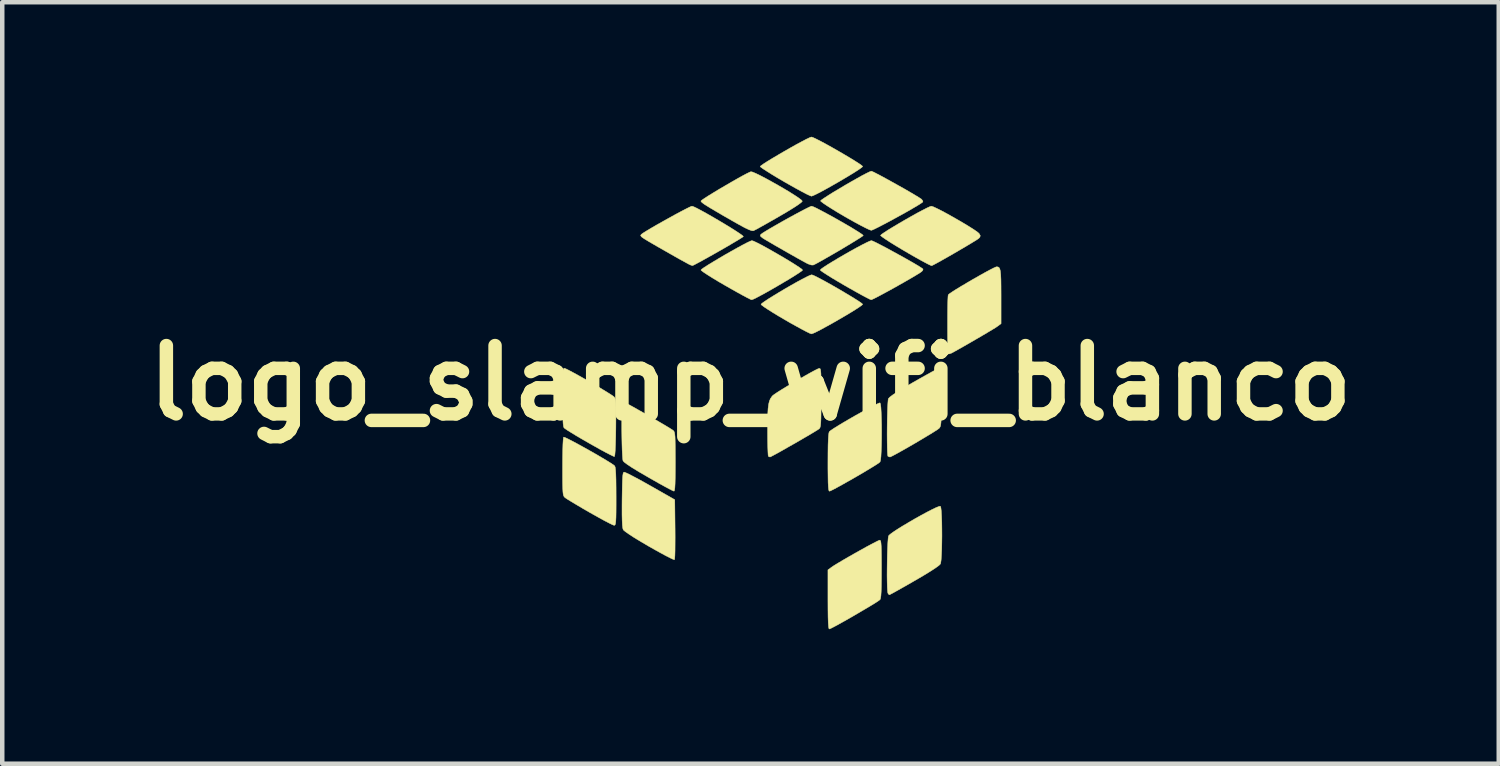
<source format=kicad_pcb>
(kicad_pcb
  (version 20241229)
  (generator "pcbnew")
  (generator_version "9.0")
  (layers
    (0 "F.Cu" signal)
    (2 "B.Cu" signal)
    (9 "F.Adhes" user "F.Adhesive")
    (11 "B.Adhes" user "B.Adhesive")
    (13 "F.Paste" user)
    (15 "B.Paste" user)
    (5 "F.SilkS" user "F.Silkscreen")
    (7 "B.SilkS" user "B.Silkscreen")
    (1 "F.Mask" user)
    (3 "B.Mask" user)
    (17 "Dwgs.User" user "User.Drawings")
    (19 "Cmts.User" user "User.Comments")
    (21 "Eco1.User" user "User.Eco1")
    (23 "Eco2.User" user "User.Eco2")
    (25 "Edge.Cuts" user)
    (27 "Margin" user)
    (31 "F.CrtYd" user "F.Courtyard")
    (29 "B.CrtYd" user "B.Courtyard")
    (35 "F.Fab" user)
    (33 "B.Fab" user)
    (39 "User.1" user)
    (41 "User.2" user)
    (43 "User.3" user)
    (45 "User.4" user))
  (footprint "logo_slamp_wifi_blanco"
    (layer "F.Cu")
    (at 13.687 5.491)
    (property "Reference" "logo_slamp_wifi_blanco" (at 0 0 0) (layer "F.SilkS") (effects (font (size 1.524 1.524) (thickness 0.3))))
    (attr through_hole)
    (fp_poly (pts (xy -2.788 1.998) (xy -2.718 2.03) (xy -2.618 2.082) (xy -2.493 2.148) (xy -2.35 2.227) (xy -2.235 2.292) (xy -1.689 2.603) (xy -1.682 3.262) (xy -1.681 3.44) (xy -1.682 3.602) (xy -1.683 3.74) (xy -1.686 3.847) (xy -1.691 3.916) (xy -1.695 3.94) (xy -1.722 3.934) (xy -1.786 3.904) (xy -1.881 3.856) (xy -2.002 3.791) (xy -2.142 3.713) (xy -2.261 3.646) (xy -2.439 3.541) (xy -2.59 3.45) (xy -2.708 3.373) (xy -2.791 3.315) (xy -2.834 3.278) (xy -2.838 3.272) (xy -2.849 3.236) (xy -2.857 3.17) (xy -2.862 3.07) (xy -2.865 2.931) (xy -2.865 2.749) (xy -2.864 2.604) (xy -2.861 2.409) (xy -2.858 2.26) (xy -2.854 2.149) (xy -2.849 2.073) (xy -2.842 2.024) (xy -2.833 1.998) (xy -2.821 1.988) (xy -2.819 1.988) (xy -2.788 1.998)) (stroke (width 0.01) (type solid)) (fill yes) (layer "F.SilkS"))
    (fp_poly (pts (xy 2.894 3.511) (xy 2.904 3.531) (xy 2.91 3.571) (xy 2.915 3.637) (xy 2.918 3.734) (xy 2.92 3.868) (xy 2.921 4.045) (xy 2.921 4.148) (xy 2.92 4.364) (xy 2.918 4.533) (xy 2.914 4.66) (xy 2.908 4.749) (xy 2.899 4.805) (xy 2.889 4.831) (xy 2.859 4.854) (xy 2.793 4.898) (xy 2.697 4.957) (xy 2.58 5.027) (xy 2.449 5.104) (xy 2.311 5.185) (xy 2.174 5.264) (xy 2.044 5.337) (xy 1.931 5.4) (xy 1.84 5.448) (xy 1.779 5.479) (xy 1.757 5.486) (xy 1.747 5.472) (xy 1.74 5.425) (xy 1.734 5.343) (xy 1.73 5.222) (xy 1.728 5.058) (xy 1.727 4.847) (xy 1.727 4.827) (xy 1.727 4.168) (xy 1.81 4.107) (xy 1.865 4.07) (xy 1.952 4.017) (xy 2.063 3.951) (xy 2.189 3.878) (xy 2.324 3.801) (xy 2.46 3.725) (xy 2.589 3.653) (xy 2.704 3.592) (xy 2.796 3.544) (xy 2.859 3.513) (xy 2.882 3.505) (xy 2.894 3.511)) (stroke (width 0.01) (type solid)) (fill yes) (layer "F.SilkS"))
    (fp_poly (pts (xy 5.519 -2.588) (xy 5.542 -2.575) (xy 5.559 -2.546) (xy 5.572 -2.496) (xy 5.58 -2.419) (xy 5.585 -2.31) (xy 5.587 -2.162) (xy 5.588 -1.97) (xy 5.588 -1.927) (xy 5.588 -1.323) (xy 5.505 -1.262) (xy 5.464 -1.234) (xy 5.386 -1.187) (xy 5.281 -1.124) (xy 5.156 -1.05) (xy 5.02 -0.971) (xy 4.882 -0.891) (xy 4.748 -0.814) (xy 4.629 -0.747) (xy 4.531 -0.692) (xy 4.48 -0.665) (xy 4.433 -0.649) (xy 4.41 -0.653) (xy 4.406 -0.682) (xy 4.402 -0.754) (xy 4.399 -0.859) (xy 4.396 -0.991) (xy 4.395 -1.139) (xy 4.395 -1.297) (xy 4.395 -1.456) (xy 4.396 -1.607) (xy 4.398 -1.741) (xy 4.401 -1.852) (xy 4.405 -1.93) (xy 4.41 -1.966) (xy 4.435 -1.989) (xy 4.498 -2.032) (xy 4.59 -2.091) (xy 4.704 -2.16) (xy 4.832 -2.236) (xy 4.967 -2.315) (xy 5.101 -2.391) (xy 5.226 -2.461) (xy 5.335 -2.52) (xy 5.421 -2.564) (xy 5.475 -2.588) (xy 5.488 -2.591) (xy 5.519 -2.588)) (stroke (width 0.01) (type solid)) (fill yes) (layer "F.SilkS"))
    (fp_poly (pts (xy 0.07 -3.163) (xy 0.142 -3.129) (xy 0.242 -3.078) (xy 0.361 -3.013) (xy 0.492 -2.939) (xy 0.629 -2.86) (xy 0.764 -2.781) (xy 0.89 -2.705) (xy 1 -2.636) (xy 1.087 -2.579) (xy 1.144 -2.538) (xy 1.162 -2.517) (xy 1.139 -2.496) (xy 1.079 -2.454) (xy 0.989 -2.396) (xy 0.876 -2.326) (xy 0.747 -2.249) (xy 0.611 -2.169) (xy 0.473 -2.089) (xy 0.342 -2.015) (xy 0.224 -1.951) (xy 0.128 -1.9) (xy 0.059 -1.867) (xy 0.026 -1.856) (xy -0.006 -1.868) (xy -0.075 -1.903) (xy -0.176 -1.957) (xy -0.3 -2.025) (xy -0.443 -2.106) (xy -0.559 -2.172) (xy -0.709 -2.259) (xy -0.843 -2.34) (xy -0.956 -2.411) (xy -1.041 -2.467) (xy -1.092 -2.505) (xy -1.105 -2.519) (xy -1.084 -2.541) (xy -1.025 -2.582) (xy -0.936 -2.639) (xy -0.824 -2.707) (xy -0.697 -2.783) (xy -0.561 -2.863) (xy -0.423 -2.941) (xy -0.291 -3.015) (xy -0.173 -3.079) (xy -0.075 -3.13) (xy -0.004 -3.163) (xy 0.031 -3.175) (xy 0.07 -3.163)) (stroke (width 0.01) (type solid)) (fill yes) (layer "F.SilkS"))
    (fp_poly (pts (xy 1.402 -2.401) (xy 1.473 -2.367) (xy 1.572 -2.315) (xy 1.691 -2.251) (xy 1.822 -2.177) (xy 1.96 -2.098) (xy 2.096 -2.018) (xy 2.223 -1.942) (xy 2.335 -1.873) (xy 2.423 -1.817) (xy 2.481 -1.776) (xy 2.502 -1.755) (xy 2.481 -1.733) (xy 2.422 -1.691) (xy 2.333 -1.633) (xy 2.221 -1.564) (xy 2.093 -1.488) (xy 1.956 -1.408) (xy 1.818 -1.329) (xy 1.686 -1.256) (xy 1.567 -1.191) (xy 1.468 -1.14) (xy 1.396 -1.107) (xy 1.359 -1.095) (xy 1.323 -1.108) (xy 1.251 -1.143) (xy 1.148 -1.197) (xy 1.022 -1.266) (xy 0.878 -1.346) (xy 0.775 -1.406) (xy 0.626 -1.493) (xy 0.493 -1.574) (xy 0.381 -1.645) (xy 0.297 -1.701) (xy 0.247 -1.739) (xy 0.235 -1.753) (xy 0.254 -1.775) (xy 0.311 -1.816) (xy 0.398 -1.874) (xy 0.509 -1.943) (xy 0.635 -2.02) (xy 0.77 -2.1) (xy 0.907 -2.179) (xy 1.038 -2.253) (xy 1.157 -2.317) (xy 1.256 -2.368) (xy 1.328 -2.402) (xy 1.365 -2.413) (xy 1.402 -2.401)) (stroke (width 0.01) (type solid)) (fill yes) (layer "F.SilkS"))
    (fp_poly (pts (xy 0.047 -4.704) (xy 0.12 -4.673) (xy 0.221 -4.624) (xy 0.341 -4.561) (xy 0.474 -4.488) (xy 0.613 -4.41) (xy 0.751 -4.33) (xy 0.879 -4.253) (xy 0.991 -4.182) (xy 1.079 -4.123) (xy 1.136 -4.079) (xy 1.156 -4.055) (xy 1.133 -4.028) (xy 1.067 -3.978) (xy 0.959 -3.907) (xy 0.811 -3.816) (xy 0.635 -3.713) (xy 0.485 -3.627) (xy 0.348 -3.549) (xy 0.23 -3.483) (xy 0.138 -3.432) (xy 0.079 -3.402) (xy 0.062 -3.394) (xy 0.027 -3.397) (xy -0.035 -3.419) (xy -0.128 -3.463) (xy -0.255 -3.532) (xy -0.395 -3.611) (xy -0.594 -3.725) (xy -0.753 -3.818) (xy -0.877 -3.891) (xy -0.968 -3.947) (xy -1.033 -3.988) (xy -1.074 -4.019) (xy -1.097 -4.04) (xy -1.105 -4.055) (xy -1.105 -4.058) (xy -1.084 -4.078) (xy -1.026 -4.118) (xy -0.938 -4.175) (xy -0.827 -4.243) (xy -0.7 -4.32) (xy -0.565 -4.399) (xy -0.429 -4.478) (xy -0.3 -4.552) (xy -0.183 -4.617) (xy -0.087 -4.668) (xy -0.019 -4.701) (xy 0.009 -4.712) (xy 0.047 -4.704)) (stroke (width 0.01) (type solid)) (fill yes) (layer "F.SilkS"))
    (fp_poly (pts (xy 1.396 -5.474) (xy 1.468 -5.44) (xy 1.568 -5.389) (xy 1.687 -5.325) (xy 1.82 -5.251) (xy 1.958 -5.172) (xy 2.094 -5.093) (xy 2.222 -5.017) (xy 2.334 -4.948) (xy 2.423 -4.891) (xy 2.481 -4.85) (xy 2.502 -4.829) (xy 2.481 -4.807) (xy 2.422 -4.765) (xy 2.333 -4.707) (xy 2.221 -4.638) (xy 2.093 -4.561) (xy 1.957 -4.481) (xy 1.819 -4.402) (xy 1.687 -4.328) (xy 1.567 -4.263) (xy 1.468 -4.212) (xy 1.396 -4.178) (xy 1.359 -4.166) (xy 1.324 -4.179) (xy 1.251 -4.213) (xy 1.148 -4.267) (xy 1.021 -4.336) (xy 0.877 -4.417) (xy 0.762 -4.482) (xy 0.612 -4.57) (xy 0.478 -4.651) (xy 0.365 -4.722) (xy 0.28 -4.777) (xy 0.229 -4.814) (xy 0.216 -4.828) (xy 0.237 -4.849) (xy 0.296 -4.89) (xy 0.385 -4.947) (xy 0.497 -5.015) (xy 0.625 -5.091) (xy 0.761 -5.17) (xy 0.899 -5.249) (xy 1.031 -5.323) (xy 1.151 -5.387) (xy 1.25 -5.439) (xy 1.322 -5.473) (xy 1.359 -5.486) (xy 1.359 -5.486) (xy 1.396 -5.474)) (stroke (width 0.01) (type solid)) (fill yes) (layer "F.SilkS"))
    (fp_poly (pts (xy 2.899 0.471) (xy 2.908 0.542) (xy 2.914 0.647) (xy 2.919 0.778) (xy 2.923 0.927) (xy 2.924 1.085) (xy 2.923 1.243) (xy 2.92 1.395) (xy 2.915 1.53) (xy 2.909 1.642) (xy 2.9 1.722) (xy 2.889 1.76) (xy 2.859 1.785) (xy 2.792 1.829) (xy 2.697 1.888) (xy 2.579 1.959) (xy 2.448 2.037) (xy 2.31 2.117) (xy 2.172 2.195) (xy 2.043 2.268) (xy 1.93 2.33) (xy 1.84 2.378) (xy 1.78 2.407) (xy 1.76 2.413) (xy 1.75 2.403) (xy 1.742 2.371) (xy 1.736 2.311) (xy 1.731 2.219) (xy 1.729 2.089) (xy 1.727 1.917) (xy 1.727 1.77) (xy 1.728 1.554) (xy 1.73 1.384) (xy 1.735 1.256) (xy 1.741 1.166) (xy 1.749 1.11) (xy 1.759 1.084) (xy 1.791 1.058) (xy 1.859 1.012) (xy 1.956 0.952) (xy 2.073 0.881) (xy 2.205 0.804) (xy 2.342 0.725) (xy 2.479 0.649) (xy 2.607 0.579) (xy 2.719 0.519) (xy 2.809 0.474) (xy 2.868 0.448) (xy 2.888 0.443) (xy 2.899 0.471)) (stroke (width 0.01) (type solid)) (fill yes) (layer "F.SilkS"))
    (fp_poly (pts (xy 2.726 -4.712) (xy 2.794 -4.678) (xy 2.891 -4.628) (xy 3.009 -4.564) (xy 3.141 -4.491) (xy 3.279 -4.414) (xy 3.417 -4.337) (xy 3.545 -4.263) (xy 3.657 -4.197) (xy 3.746 -4.143) (xy 3.803 -4.106) (xy 3.817 -4.095) (xy 3.844 -4.057) (xy 3.842 -4.036) (xy 3.804 -4.008) (xy 3.73 -3.961) (xy 3.628 -3.901) (xy 3.506 -3.83) (xy 3.37 -3.754) (xy 3.229 -3.677) (xy 3.09 -3.601) (xy 2.961 -3.533) (xy 2.849 -3.475) (xy 2.762 -3.432) (xy 2.707 -3.408) (xy 2.693 -3.405) (xy 2.654 -3.417) (xy 2.578 -3.453) (xy 2.472 -3.507) (xy 2.343 -3.576) (xy 2.198 -3.657) (xy 2.095 -3.716) (xy 1.947 -3.803) (xy 1.815 -3.884) (xy 1.704 -3.955) (xy 1.622 -4.01) (xy 1.573 -4.048) (xy 1.562 -4.061) (xy 1.583 -4.082) (xy 1.642 -4.123) (xy 1.73 -4.18) (xy 1.841 -4.25) (xy 1.969 -4.326) (xy 2.104 -4.407) (xy 2.241 -4.486) (xy 2.372 -4.56) (xy 2.49 -4.626) (xy 2.588 -4.677) (xy 2.659 -4.711) (xy 2.694 -4.724) (xy 2.726 -4.712)) (stroke (width 0.01) (type solid)) (fill yes) (layer "F.SilkS"))
    (fp_poly (pts (xy 4.246 2.782) (xy 4.255 2.858) (xy 4.261 2.967) (xy 4.266 3.101) (xy 4.268 3.252) (xy 4.269 3.41) (xy 4.267 3.568) (xy 4.264 3.716) (xy 4.258 3.846) (xy 4.251 3.949) (xy 4.241 4.017) (xy 4.235 4.036) (xy 4.201 4.07) (xy 4.124 4.126) (xy 4.007 4.202) (xy 3.852 4.297) (xy 3.662 4.408) (xy 3.658 4.41) (xy 3.507 4.497) (xy 3.371 4.574) (xy 3.255 4.639) (xy 3.167 4.688) (xy 3.112 4.717) (xy 3.095 4.724) (xy 3.073 4.704) (xy 3.063 4.684) (xy 3.056 4.639) (xy 3.051 4.553) (xy 3.048 4.435) (xy 3.046 4.294) (xy 3.047 4.139) (xy 3.049 3.979) (xy 3.052 3.822) (xy 3.057 3.679) (xy 3.063 3.557) (xy 3.07 3.465) (xy 3.078 3.414) (xy 3.08 3.408) (xy 3.112 3.376) (xy 3.179 3.327) (xy 3.275 3.263) (xy 3.392 3.19) (xy 3.523 3.112) (xy 3.662 3.031) (xy 3.8 2.954) (xy 3.931 2.883) (xy 4.047 2.823) (xy 4.141 2.778) (xy 4.207 2.752) (xy 4.235 2.749) (xy 4.246 2.782)) (stroke (width 0.01) (type solid)) (fill yes) (layer "F.SilkS"))
    (fp_poly (pts (xy 2.731 -3.163) (xy 2.801 -3.13) (xy 2.9 -3.079) (xy 3.021 -3.016) (xy 3.155 -2.943) (xy 3.295 -2.866) (xy 3.435 -2.789) (xy 3.565 -2.715) (xy 3.679 -2.649) (xy 3.769 -2.595) (xy 3.828 -2.556) (xy 3.848 -2.54) (xy 3.841 -2.511) (xy 3.816 -2.484) (xy 3.776 -2.456) (xy 3.701 -2.41) (xy 3.599 -2.349) (xy 3.478 -2.279) (xy 3.344 -2.203) (xy 3.206 -2.125) (xy 3.07 -2.05) (xy 2.944 -1.982) (xy 2.836 -1.924) (xy 2.753 -1.882) (xy 2.702 -1.859) (xy 2.692 -1.856) (xy 2.66 -1.868) (xy 2.591 -1.903) (xy 2.491 -1.956) (xy 2.366 -2.025) (xy 2.224 -2.105) (xy 2.108 -2.171) (xy 1.958 -2.259) (xy 1.822 -2.34) (xy 1.709 -2.411) (xy 1.622 -2.467) (xy 1.569 -2.505) (xy 1.556 -2.519) (xy 1.575 -2.541) (xy 1.632 -2.582) (xy 1.719 -2.639) (xy 1.83 -2.707) (xy 1.957 -2.783) (xy 2.093 -2.862) (xy 2.231 -2.941) (xy 2.363 -3.014) (xy 2.483 -3.078) (xy 2.584 -3.129) (xy 2.657 -3.163) (xy 2.697 -3.175) (xy 2.697 -3.175) (xy 2.731 -3.163)) (stroke (width 0.01) (type solid)) (fill yes) (layer "F.SilkS"))
    (fp_poly (pts (xy 4.075 -3.93) (xy 4.151 -3.895) (xy 4.255 -3.843) (xy 4.378 -3.777) (xy 4.512 -3.702) (xy 4.648 -3.624) (xy 4.781 -3.546) (xy 4.9 -3.473) (xy 4.998 -3.41) (xy 5.067 -3.361) (xy 5.099 -3.332) (xy 5.124 -3.286) (xy 5.115 -3.252) (xy 5.09 -3.225) (xy 5.058 -3.202) (xy 4.991 -3.16) (xy 4.896 -3.102) (xy 4.78 -3.033) (xy 4.652 -2.958) (xy 4.52 -2.881) (xy 4.389 -2.806) (xy 4.269 -2.738) (xy 4.167 -2.681) (xy 4.09 -2.64) (xy 4.047 -2.618) (xy 4.04 -2.616) (xy 4.01 -2.627) (xy 3.956 -2.653) (xy 3.95 -2.656) (xy 3.818 -2.726) (xy 3.675 -2.806) (xy 3.528 -2.89) (xy 3.382 -2.976) (xy 3.244 -3.059) (xy 3.121 -3.135) (xy 3.019 -3.201) (xy 2.945 -3.252) (xy 2.905 -3.284) (xy 2.901 -3.292) (xy 2.924 -3.315) (xy 2.986 -3.358) (xy 3.077 -3.417) (xy 3.191 -3.486) (xy 3.32 -3.563) (xy 3.458 -3.643) (xy 3.595 -3.721) (xy 3.726 -3.794) (xy 3.843 -3.856) (xy 3.939 -3.905) (xy 4.006 -3.935) (xy 4.033 -3.943) (xy 4.075 -3.93)) (stroke (width 0.01) (type solid)) (fill yes) (layer "F.SilkS"))
    (fp_poly (pts (xy -4.121 -0.318) (xy -4.051 -0.283) (xy -3.953 -0.231) (xy -3.834 -0.166) (xy -3.701 -0.091) (xy -3.564 -0.012) (xy -3.428 0.067) (xy -3.301 0.143) (xy -3.191 0.21) (xy -3.106 0.264) (xy -3.053 0.301) (xy -3.041 0.311) (xy -3.027 0.331) (xy -3.017 0.359) (xy -3.009 0.401) (xy -3.004 0.463) (xy -3.001 0.552) (xy -3.001 0.675) (xy -3.002 0.837) (xy -3.003 0.998) (xy -3.006 1.205) (xy -3.011 1.376) (xy -3.017 1.508) (xy -3.024 1.596) (xy -3.033 1.638) (xy -3.035 1.641) (xy -3.064 1.631) (xy -3.129 1.599) (xy -3.227 1.549) (xy -3.349 1.483) (xy -3.489 1.404) (xy -3.594 1.345) (xy -3.745 1.258) (xy -3.882 1.178) (xy -3.998 1.107) (xy -4.088 1.051) (xy -4.144 1.012) (xy -4.159 0.999) (xy -4.17 0.969) (xy -4.178 0.91) (xy -4.184 0.816) (xy -4.188 0.684) (xy -4.19 0.51) (xy -4.191 0.313) (xy -4.191 0.112) (xy -4.189 -0.044) (xy -4.187 -0.159) (xy -4.182 -0.24) (xy -4.176 -0.292) (xy -4.168 -0.32) (xy -4.157 -0.33) (xy -4.155 -0.33) (xy -4.121 -0.318)) (stroke (width 0.01) (type solid)) (fill yes) (layer "F.SilkS"))
    (fp_poly (pts (xy -2.787 0.444) (xy -2.722 0.478) (xy -2.628 0.529) (xy -2.513 0.594) (xy -2.384 0.667) (xy -2.249 0.744) (xy -2.115 0.822) (xy -1.989 0.896) (xy -1.879 0.961) (xy -1.792 1.014) (xy -1.736 1.05) (xy -1.721 1.061) (xy -1.707 1.077) (xy -1.697 1.102) (xy -1.689 1.142) (xy -1.683 1.204) (xy -1.68 1.292) (xy -1.678 1.414) (xy -1.677 1.575) (xy -1.676 1.757) (xy -1.677 1.966) (xy -1.679 2.128) (xy -1.682 2.25) (xy -1.687 2.334) (xy -1.694 2.386) (xy -1.702 2.409) (xy -1.708 2.412) (xy -1.738 2.4) (xy -1.806 2.365) (xy -1.904 2.313) (xy -2.028 2.245) (xy -2.169 2.165) (xy -2.277 2.103) (xy -2.479 1.986) (xy -2.635 1.891) (xy -2.747 1.817) (xy -2.817 1.764) (xy -2.843 1.735) (xy -2.85 1.693) (xy -2.856 1.611) (xy -2.862 1.495) (xy -2.866 1.356) (xy -2.869 1.202) (xy -2.871 1.042) (xy -2.871 0.886) (xy -2.87 0.742) (xy -2.867 0.62) (xy -2.862 0.529) (xy -2.856 0.477) (xy -2.855 0.472) (xy -2.829 0.437) (xy -2.815 0.432) (xy -2.787 0.444)) (stroke (width 0.01) (type solid)) (fill yes) (layer "F.SilkS"))
    (fp_poly (pts (xy 1.399 -3.931) (xy 1.471 -3.898) (xy 1.569 -3.847) (xy 1.689 -3.783) (xy 1.822 -3.711) (xy 1.96 -3.633) (xy 2.098 -3.554) (xy 2.227 -3.479) (xy 2.34 -3.41) (xy 2.431 -3.353) (xy 2.491 -3.312) (xy 2.515 -3.29) (xy 2.515 -3.29) (xy 2.494 -3.272) (xy 2.436 -3.233) (xy 2.348 -3.178) (xy 2.237 -3.11) (xy 2.111 -3.034) (xy 1.977 -2.954) (xy 1.841 -2.875) (xy 1.71 -2.8) (xy 1.593 -2.733) (xy 1.496 -2.679) (xy 1.427 -2.643) (xy 1.397 -2.63) (xy 1.353 -2.632) (xy 1.286 -2.655) (xy 1.257 -2.669) (xy 1.178 -2.712) (xy 1.071 -2.771) (xy 0.946 -2.842) (xy 0.811 -2.918) (xy 0.674 -2.997) (xy 0.544 -3.071) (xy 0.43 -3.138) (xy 0.339 -3.191) (xy 0.282 -3.226) (xy 0.271 -3.233) (xy 0.225 -3.271) (xy 0.219 -3.297) (xy 0.233 -3.315) (xy 0.272 -3.344) (xy 0.347 -3.391) (xy 0.449 -3.452) (xy 0.571 -3.522) (xy 0.706 -3.599) (xy 0.846 -3.677) (xy 0.983 -3.752) (xy 1.11 -3.82) (xy 1.219 -3.877) (xy 1.303 -3.919) (xy 1.353 -3.941) (xy 1.363 -3.943) (xy 1.399 -3.931)) (stroke (width 0.01) (type solid)) (fill yes) (layer "F.SilkS"))
    (fp_poly (pts (xy 4.228 -0.324) (xy 4.242 -0.303) (xy 4.253 -0.262) (xy 4.26 -0.195) (xy 4.264 -0.097) (xy 4.265 0.037) (xy 4.264 0.213) (xy 4.262 0.375) (xy 4.259 0.564) (xy 4.256 0.708) (xy 4.253 0.815) (xy 4.247 0.891) (xy 4.24 0.943) (xy 4.23 0.977) (xy 4.216 1) (xy 4.204 1.013) (xy 4.168 1.04) (xy 4.097 1.085) (xy 3.999 1.146) (xy 3.881 1.217) (xy 3.75 1.295) (xy 3.614 1.375) (xy 3.48 1.452) (xy 3.356 1.522) (xy 3.25 1.581) (xy 3.169 1.624) (xy 3.119 1.648) (xy 3.109 1.651) (xy 3.069 1.637) (xy 3.065 1.634) (xy 3.058 1.603) (xy 3.053 1.529) (xy 3.05 1.422) (xy 3.048 1.289) (xy 3.047 1.14) (xy 3.048 0.982) (xy 3.05 0.825) (xy 3.054 0.678) (xy 3.058 0.547) (xy 3.064 0.443) (xy 3.07 0.373) (xy 3.075 0.349) (xy 3.109 0.313) (xy 3.186 0.256) (xy 3.308 0.177) (xy 3.474 0.076) (xy 3.641 -0.021) (xy 3.792 -0.107) (xy 3.929 -0.183) (xy 4.045 -0.248) (xy 4.136 -0.295) (xy 4.193 -0.324) (xy 4.21 -0.33) (xy 4.228 -0.324)) (stroke (width 0.01) (type solid)) (fill yes) (layer "F.SilkS"))
    (fp_poly (pts (xy -4.139 1.215) (xy -4.075 1.245) (xy -3.981 1.293) (xy -3.866 1.354) (xy -3.737 1.425) (xy -3.599 1.502) (xy -3.462 1.58) (xy -3.332 1.656) (xy -3.216 1.725) (xy -3.122 1.783) (xy -3.057 1.826) (xy -3.029 1.849) (xy -3.018 1.877) (xy -3.01 1.935) (xy -3.004 2.027) (xy -3 2.156) (xy -2.998 2.329) (xy -2.997 2.532) (xy -2.997 2.73) (xy -2.998 2.882) (xy -3 2.996) (xy -3.004 3.075) (xy -3.009 3.127) (xy -3.017 3.157) (xy -3.027 3.171) (xy -3.041 3.174) (xy -3.042 3.174) (xy -3.076 3.162) (xy -3.147 3.127) (xy -3.248 3.075) (xy -3.372 3.007) (xy -3.513 2.928) (xy -3.588 2.886) (xy -3.735 2.801) (xy -3.87 2.721) (xy -3.985 2.652) (xy -4.074 2.598) (xy -4.128 2.562) (xy -4.141 2.552) (xy -4.156 2.536) (xy -4.168 2.514) (xy -4.177 2.48) (xy -4.183 2.428) (xy -4.187 2.351) (xy -4.19 2.244) (xy -4.191 2.1) (xy -4.191 1.913) (xy -4.191 1.864) (xy -4.19 1.667) (xy -4.187 1.498) (xy -4.183 1.364) (xy -4.177 1.268) (xy -4.17 1.215) (xy -4.167 1.207) (xy -4.139 1.215)) (stroke (width 0.01) (type solid)) (fill yes) (layer "F.SilkS"))
    (fp_poly (pts (xy -1.268 -3.931) (xy -1.196 -3.897) (xy -1.098 -3.845) (xy -0.98 -3.78) (xy -0.849 -3.705) (xy -0.712 -3.625) (xy -0.576 -3.544) (xy -0.448 -3.466) (xy -0.336 -3.395) (xy -0.246 -3.336) (xy -0.184 -3.292) (xy -0.16 -3.268) (xy -0.16 -3.266) (xy -0.183 -3.248) (xy -0.243 -3.21) (xy -0.333 -3.156) (xy -0.446 -3.089) (xy -0.574 -3.014) (xy -0.711 -2.936) (xy -0.848 -2.858) (xy -0.979 -2.785) (xy -1.096 -2.72) (xy -1.193 -2.668) (xy -1.261 -2.632) (xy -1.294 -2.618) (xy -1.295 -2.618) (xy -1.328 -2.628) (xy -1.346 -2.635) (xy -1.381 -2.652) (xy -1.452 -2.691) (xy -1.551 -2.745) (xy -1.67 -2.812) (xy -1.8 -2.886) (xy -1.935 -2.963) (xy -2.065 -3.037) (xy -2.184 -3.106) (xy -2.282 -3.163) (xy -2.352 -3.206) (xy -2.372 -3.218) (xy -2.43 -3.259) (xy -2.45 -3.287) (xy -2.438 -3.312) (xy -2.435 -3.314) (xy -2.396 -3.343) (xy -2.321 -3.39) (xy -2.219 -3.451) (xy -2.097 -3.522) (xy -1.962 -3.598) (xy -1.822 -3.676) (xy -1.685 -3.752) (xy -1.558 -3.82) (xy -1.449 -3.877) (xy -1.365 -3.919) (xy -1.314 -3.941) (xy -1.304 -3.943) (xy -1.268 -3.931)) (stroke (width 0.01) (type solid)) (fill yes) (layer "F.SilkS"))
    (fp_poly (pts (xy 1.551 -0.32) (xy 1.56 -0.302) (xy 1.566 -0.265) (xy 1.571 -0.204) (xy 1.573 -0.112) (xy 1.574 0.015) (xy 1.575 0.183) (xy 1.575 0.323) (xy 1.575 0.525) (xy 1.573 0.682) (xy 1.571 0.801) (xy 1.567 0.886) (xy 1.562 0.945) (xy 1.554 0.984) (xy 1.543 1.008) (xy 1.53 1.022) (xy 1.497 1.045) (xy 1.428 1.087) (xy 1.332 1.145) (xy 1.215 1.213) (xy 1.085 1.289) (xy 0.949 1.367) (xy 0.815 1.443) (xy 0.691 1.514) (xy 0.583 1.574) (xy 0.499 1.619) (xy 0.447 1.646) (xy 0.433 1.651) (xy 0.4 1.636) (xy 0.398 1.634) (xy 0.393 1.605) (xy 0.389 1.532) (xy 0.385 1.424) (xy 0.382 1.288) (xy 0.381 1.132) (xy 0.381 1.066) (xy 0.382 0.86) (xy 0.385 0.698) (xy 0.392 0.572) (xy 0.404 0.477) (xy 0.421 0.406) (xy 0.444 0.35) (xy 0.475 0.305) (xy 0.491 0.285) (xy 0.528 0.256) (xy 0.601 0.207) (xy 0.701 0.144) (xy 0.822 0.07) (xy 0.954 -0.009) (xy 1.09 -0.088) (xy 1.22 -0.163) (xy 1.338 -0.229) (xy 1.434 -0.281) (xy 1.501 -0.314) (xy 1.524 -0.323) (xy 1.539 -0.325) (xy 1.551 -0.32)) (stroke (width 0.01) (type solid)) (fill yes) (layer "F.SilkS")))
  (gr_rect
    (start -3 -3)
    (end 30.374 13.982)
    (stroke (width 0.1) (type default))
    (fill no)
    (layer "Edge.Cuts")))
</source>
